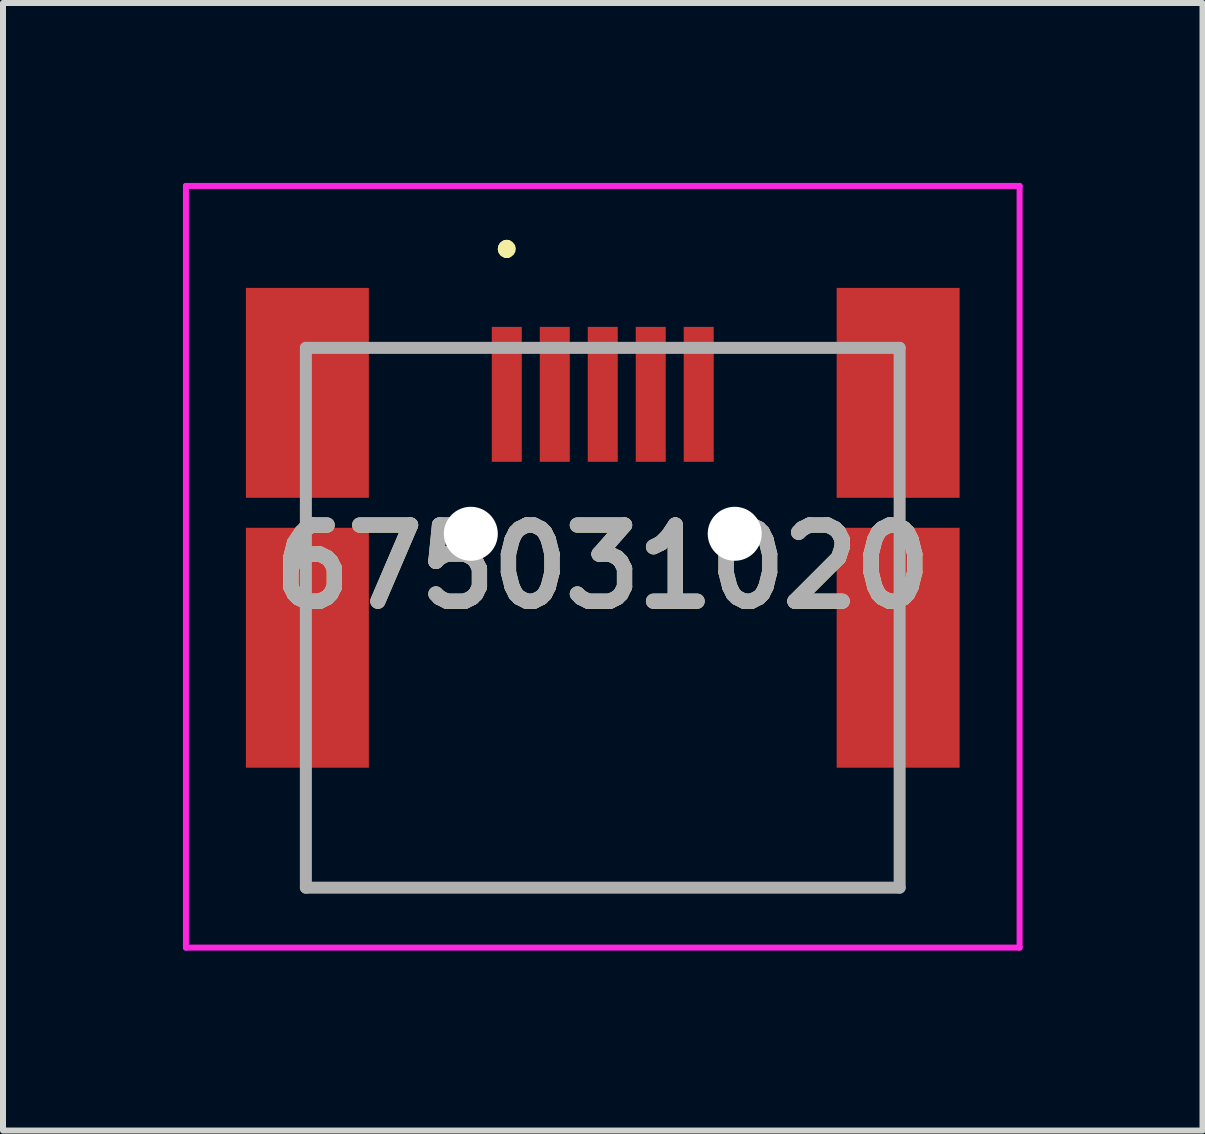
<source format=kicad_pcb>
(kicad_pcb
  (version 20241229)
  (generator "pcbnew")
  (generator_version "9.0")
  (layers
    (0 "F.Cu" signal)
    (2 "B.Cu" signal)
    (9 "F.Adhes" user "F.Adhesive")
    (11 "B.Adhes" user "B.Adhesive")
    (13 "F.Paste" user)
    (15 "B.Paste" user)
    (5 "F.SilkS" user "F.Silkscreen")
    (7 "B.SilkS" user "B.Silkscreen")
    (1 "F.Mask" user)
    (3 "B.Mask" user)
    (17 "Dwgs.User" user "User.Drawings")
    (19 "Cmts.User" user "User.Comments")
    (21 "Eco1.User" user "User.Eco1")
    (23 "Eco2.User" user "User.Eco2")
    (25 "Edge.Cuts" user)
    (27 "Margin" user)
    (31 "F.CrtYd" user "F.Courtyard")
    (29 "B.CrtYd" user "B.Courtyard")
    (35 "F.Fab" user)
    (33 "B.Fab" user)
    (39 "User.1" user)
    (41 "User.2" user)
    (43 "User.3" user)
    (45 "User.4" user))
  (footprint "675031020"
    (layer "F.Cu")
    (at 7 7.25)
    (property "Reference" "675031020" (at 0 -0.85 0) (layer "F.SilkS") (effects (font (size 1.27 1.27) (thickness 0.254))))
    (attr through_hole)
    (fp_line (start -4.95 3.25) (end -4.95 3.25) (stroke (width 0.1) (type solid)) (layer "F.SilkS"))
    (fp_line (start -4.95 3.25) (end -4.95 4.5) (stroke (width 0.1) (type solid)) (layer "F.SilkS"))
    (fp_line (start -4.95 4.5) (end -4.95 3.25) (stroke (width 0.1) (type solid)) (layer "F.SilkS"))
    (fp_line (start -4.95 4.5) (end -4.95 4.5) (stroke (width 0.1) (type solid)) (layer "F.SilkS"))
    (fp_line (start -4.95 4.5) (end -4.95 4.5) (stroke (width 0.1) (type solid)) (layer "F.SilkS"))
    (fp_line (start -4.95 4.5) (end 4.925 4.5) (stroke (width 0.1) (type solid)) (layer "F.SilkS"))
    (fp_line (start -1.6 -6.2) (end -1.6 -6.2) (stroke (width 0.2) (type solid)) (layer "F.SilkS"))
    (fp_line (start -1.6 -6.2) (end -1.6 -6.2) (stroke (width 0.2) (type solid)) (layer "F.SilkS"))
    (fp_line (start -1.6 -6.1) (end -1.6 -6.1) (stroke (width 0.2) (type solid)) (layer "F.SilkS"))
    (fp_line (start 4.925 4.5) (end -4.95 4.5) (stroke (width 0.1) (type solid)) (layer "F.SilkS"))
    (fp_line (start 4.925 4.5) (end 4.925 4.5) (stroke (width 0.1) (type solid)) (layer "F.SilkS"))
    (fp_line (start 4.95 3.25) (end 4.95 3.25) (stroke (width 0.1) (type solid)) (layer "F.SilkS"))
    (fp_line (start 4.95 3.25) (end 4.95 4.5) (stroke (width 0.1) (type solid)) (layer "F.SilkS"))
    (fp_line (start 4.95 4.5) (end 4.95 3.25) (stroke (width 0.1) (type solid)) (layer "F.SilkS"))
    (fp_line (start 4.95 4.5) (end 4.95 4.5) (stroke (width 0.1) (type solid)) (layer "F.SilkS"))
    (fp_arc (start -1.6 -6.2) (mid -1.55 -6.15) (end -1.6 -6.1) (stroke (width 0.2) (type solid)) (layer "F.SilkS"))
    (fp_arc (start -1.6 -6.1) (mid -1.65 -6.15) (end -1.6 -6.2) (stroke (width 0.2) (type solid)) (layer "F.SilkS"))
    (fp_arc (start -1.6 -6.1) (mid -1.65 -6.15) (end -1.6 -6.2) (stroke (width 0.2) (type solid)) (layer "F.SilkS"))
    (fp_line (start -6.95 -7.2) (end 6.95 -7.2) (stroke (width 0.1) (type solid)) (layer "F.CrtYd"))
    (fp_line (start -6.95 5.5) (end -6.95 -7.2) (stroke (width 0.1) (type solid)) (layer "F.CrtYd"))
    (fp_line (start 6.95 -7.2) (end 6.95 5.5) (stroke (width 0.1) (type solid)) (layer "F.CrtYd"))
    (fp_line (start 6.95 5.5) (end -6.95 5.5) (stroke (width 0.1) (type solid)) (layer "F.CrtYd"))
    (fp_line (start -4.95 -4.5) (end -4.95 4.5) (stroke (width 0.2) (type solid)) (layer "F.Fab"))
    (fp_line (start -4.95 4.5) (end 4.95 4.5) (stroke (width 0.2) (type solid)) (layer "F.Fab"))
    (fp_line (start 4.95 -4.5) (end -4.95 -4.5) (stroke (width 0.2) (type solid)) (layer "F.Fab"))
    (fp_line (start 4.95 4.5) (end 4.95 -4.5) (stroke (width 0.2) (type solid)) (layer "F.Fab"))
    (fp_text user "${REFERENCE}" (at 0 -0.85 0) (layer "F.Fab") (effects (font (size 1.27 1.27) (thickness 0.254))))
    (pad "" np_thru_hole circle (at -2.2 -1.4) (size 0.9 0.9) (drill 0.9) (layers "*.Cu" "*.Mask"))
    (pad "" np_thru_hole circle (at 2.2 -1.4) (size 0.9 0.9) (drill 0.9) (layers "*.Cu" "*.Mask"))
    (pad "1" smd rect (at -1.6 -3.725) (size 0.5 2.25) (layers "F.Cu" "F.Mask" "F.Paste"))
    (pad "2" smd rect (at -0.8 -3.725) (size 0.5 2.25) (layers "F.Cu" "F.Mask" "F.Paste"))
    (pad "3" smd rect (at 0 -3.725) (size 0.5 2.25) (layers "F.Cu" "F.Mask" "F.Paste"))
    (pad "4" smd rect (at 0.8 -3.725) (size 0.5 2.25) (layers "F.Cu" "F.Mask" "F.Paste"))
    (pad "5" smd rect (at 1.6 -3.725) (size 0.5 2.25) (layers "F.Cu" "F.Mask" "F.Paste"))
    (pad "MP1" smd rect (at -4.925 -3.75) (size 2.05 3.5) (layers "F.Cu" "F.Mask" "F.Paste"))
    (pad "MP2" smd rect (at 4.925 -3.75) (size 2.05 3.5) (layers "F.Cu" "F.Mask" "F.Paste"))
    (pad "MP3" smd rect (at -4.925 0.5) (size 2.05 4) (layers "F.Cu" "F.Mask" "F.Paste"))
    (pad "MP4" smd rect (at 4.925 0.5) (size 2.05 4) (layers "F.Cu" "F.Mask" "F.Paste")))
  (gr_rect
    (start -3 -3)
    (end 17 15.8)
    (stroke (width 0.1) (type default))
    (fill no)
    (layer "Edge.Cuts")))
</source>
